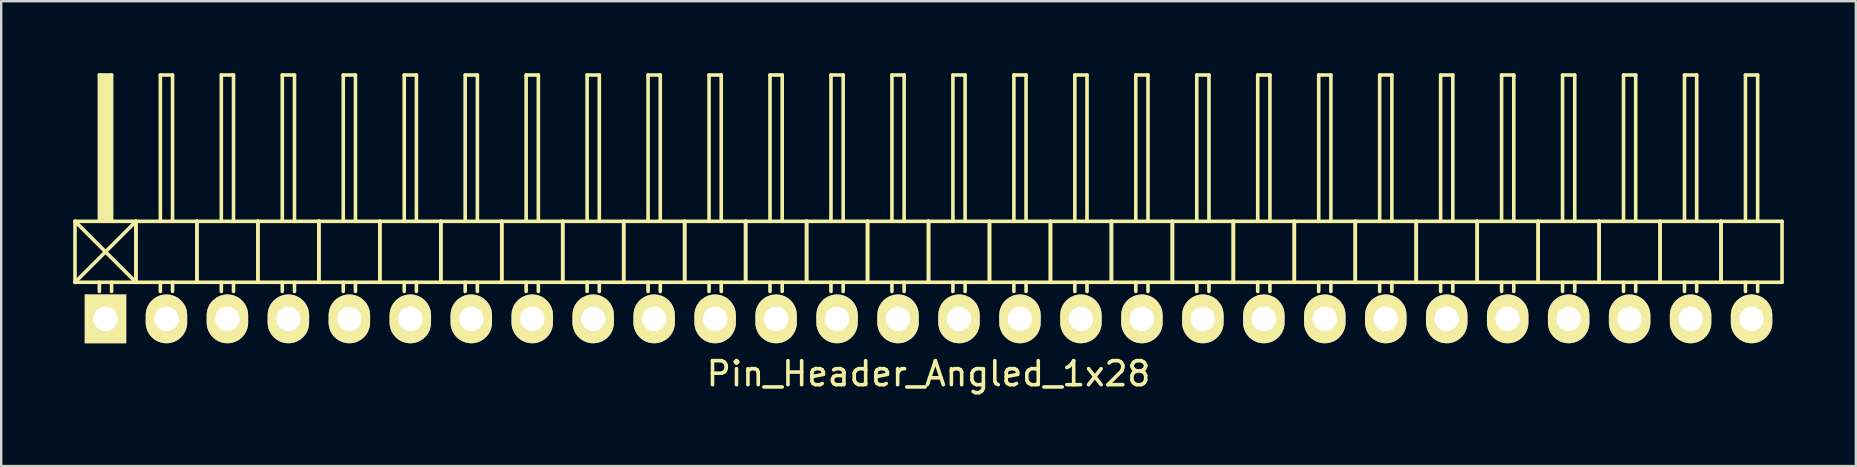
<source format=kicad_pcb>
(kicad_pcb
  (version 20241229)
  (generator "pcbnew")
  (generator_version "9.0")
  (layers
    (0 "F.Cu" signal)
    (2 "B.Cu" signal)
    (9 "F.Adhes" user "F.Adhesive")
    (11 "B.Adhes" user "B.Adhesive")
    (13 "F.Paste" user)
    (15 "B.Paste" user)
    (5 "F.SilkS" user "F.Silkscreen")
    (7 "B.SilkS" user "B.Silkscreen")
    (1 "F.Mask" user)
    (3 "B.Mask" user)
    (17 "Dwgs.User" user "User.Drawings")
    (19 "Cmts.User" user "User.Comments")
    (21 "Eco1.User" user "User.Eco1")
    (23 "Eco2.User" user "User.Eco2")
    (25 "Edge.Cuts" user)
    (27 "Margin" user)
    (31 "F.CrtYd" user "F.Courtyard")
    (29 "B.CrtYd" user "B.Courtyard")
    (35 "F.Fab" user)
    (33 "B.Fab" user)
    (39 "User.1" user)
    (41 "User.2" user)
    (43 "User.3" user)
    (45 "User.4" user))
  (footprint "Pin_Header_Angled_1x28"
    (layer "F.Cu")
    (at 35.635 10.235)
    (property "Reference" "Pin_Header_Angled_1x28" (at 0 2.286 0) (layer "F.SilkS") (effects (font (size 1 1) (thickness 0.15))))
    (attr through_hole)
    (fp_line (start -35.56 -4.064) (end -33.02 -1.524) (stroke (width 0.15) (type solid)) (layer "F.SilkS"))
    (fp_line (start -35.56 -1.524) (end -35.56 -4.064) (stroke (width 0.15) (type solid)) (layer "F.SilkS"))
    (fp_line (start -35.56 -1.524) (end -33.02 -1.524) (stroke (width 0.15) (type solid)) (layer "F.SilkS"))
    (fp_line (start -34.544 -10.16) (end -34.036 -10.16) (stroke (width 0.15) (type solid)) (layer "F.SilkS"))
    (fp_line (start -34.544 -4.064) (end -34.544 -10.16) (stroke (width 0.15) (type solid)) (layer "F.SilkS"))
    (fp_line (start -34.544 -1.524) (end -34.544 -1.143) (stroke (width 0.15) (type solid)) (layer "F.SilkS"))
    (fp_line (start -34.417 -10.033) (end -34.163 -10.033) (stroke (width 0.15) (type solid)) (layer "F.SilkS"))
    (fp_line (start -34.417 -4.191) (end -34.417 -10.033) (stroke (width 0.15) (type solid)) (layer "F.SilkS"))
    (fp_line (start -34.29 -4.191) (end -34.29 -10.033) (stroke (width 0.15) (type solid)) (layer "F.SilkS"))
    (fp_line (start -34.163 -10.033) (end -34.163 -4.191) (stroke (width 0.15) (type solid)) (layer "F.SilkS"))
    (fp_line (start -34.163 -4.191) (end -34.29 -4.191) (stroke (width 0.15) (type solid)) (layer "F.SilkS"))
    (fp_line (start -34.036 -10.16) (end -34.036 -4.064) (stroke (width 0.15) (type solid)) (layer "F.SilkS"))
    (fp_line (start -34.036 -1.524) (end -34.036 -1.143) (stroke (width 0.15) (type solid)) (layer "F.SilkS"))
    (fp_line (start -33.02 -4.064) (end -35.56 -4.064) (stroke (width 0.15) (type solid)) (layer "F.SilkS"))
    (fp_line (start -33.02 -4.064) (end -35.56 -1.524) (stroke (width 0.15) (type solid)) (layer "F.SilkS"))
    (fp_line (start -33.02 -1.524) (end -33.02 -4.064) (stroke (width 0.15) (type solid)) (layer "F.SilkS"))
    (fp_line (start -33.02 -1.524) (end -33.02 -4.064) (stroke (width 0.15) (type solid)) (layer "F.SilkS"))
    (fp_line (start -33.02 -1.524) (end -30.48 -1.524) (stroke (width 0.15) (type solid)) (layer "F.SilkS"))
    (fp_line (start -32.004 -10.16) (end -31.496 -10.16) (stroke (width 0.15) (type solid)) (layer "F.SilkS"))
    (fp_line (start -32.004 -4.064) (end -32.004 -10.16) (stroke (width 0.15) (type solid)) (layer "F.SilkS"))
    (fp_line (start -32.004 -1.524) (end -32.004 -1.143) (stroke (width 0.15) (type solid)) (layer "F.SilkS"))
    (fp_line (start -31.496 -10.16) (end -31.496 -4.064) (stroke (width 0.15) (type solid)) (layer "F.SilkS"))
    (fp_line (start -31.496 -1.524) (end -31.496 -1.143) (stroke (width 0.15) (type solid)) (layer "F.SilkS"))
    (fp_line (start -30.48 -4.064) (end -33.02 -4.064) (stroke (width 0.15) (type solid)) (layer "F.SilkS"))
    (fp_line (start -30.48 -1.524) (end -30.48 -4.064) (stroke (width 0.15) (type solid)) (layer "F.SilkS"))
    (fp_line (start -30.48 -1.524) (end -30.48 -4.064) (stroke (width 0.15) (type solid)) (layer "F.SilkS"))
    (fp_line (start -30.48 -1.524) (end -27.94 -1.524) (stroke (width 0.15) (type solid)) (layer "F.SilkS"))
    (fp_line (start -29.464 -10.16) (end -28.956 -10.16) (stroke (width 0.15) (type solid)) (layer "F.SilkS"))
    (fp_line (start -29.464 -4.064) (end -29.464 -10.16) (stroke (width 0.15) (type solid)) (layer "F.SilkS"))
    (fp_line (start -29.464 -1.524) (end -29.464 -1.143) (stroke (width 0.15) (type solid)) (layer "F.SilkS"))
    (fp_line (start -28.956 -10.16) (end -28.956 -4.064) (stroke (width 0.15) (type solid)) (layer "F.SilkS"))
    (fp_line (start -28.956 -1.524) (end -28.956 -1.143) (stroke (width 0.15) (type solid)) (layer "F.SilkS"))
    (fp_line (start -27.94 -4.064) (end -30.48 -4.064) (stroke (width 0.15) (type solid)) (layer "F.SilkS"))
    (fp_line (start -27.94 -1.524) (end -27.94 -4.064) (stroke (width 0.15) (type solid)) (layer "F.SilkS"))
    (fp_line (start -27.94 -1.524) (end -27.94 -4.064) (stroke (width 0.15) (type solid)) (layer "F.SilkS"))
    (fp_line (start -27.94 -1.524) (end -25.4 -1.524) (stroke (width 0.15) (type solid)) (layer "F.SilkS"))
    (fp_line (start -26.924 -10.16) (end -26.416 -10.16) (stroke (width 0.15) (type solid)) (layer "F.SilkS"))
    (fp_line (start -26.924 -4.064) (end -26.924 -10.16) (stroke (width 0.15) (type solid)) (layer "F.SilkS"))
    (fp_line (start -26.924 -1.524) (end -26.924 -1.143) (stroke (width 0.15) (type solid)) (layer "F.SilkS"))
    (fp_line (start -26.416 -10.16) (end -26.416 -4.064) (stroke (width 0.15) (type solid)) (layer "F.SilkS"))
    (fp_line (start -26.416 -1.524) (end -26.416 -1.143) (stroke (width 0.15) (type solid)) (layer "F.SilkS"))
    (fp_line (start -25.4 -4.064) (end -27.94 -4.064) (stroke (width 0.15) (type solid)) (layer "F.SilkS"))
    (fp_line (start -25.4 -1.524) (end -25.4 -4.064) (stroke (width 0.15) (type solid)) (layer "F.SilkS"))
    (fp_line (start -25.4 -1.524) (end -25.4 -4.064) (stroke (width 0.15) (type solid)) (layer "F.SilkS"))
    (fp_line (start -25.4 -1.524) (end -22.86 -1.524) (stroke (width 0.15) (type solid)) (layer "F.SilkS"))
    (fp_line (start -24.384 -10.16) (end -23.876 -10.16) (stroke (width 0.15) (type solid)) (layer "F.SilkS"))
    (fp_line (start -24.384 -4.064) (end -24.384 -10.16) (stroke (width 0.15) (type solid)) (layer "F.SilkS"))
    (fp_line (start -24.384 -1.524) (end -24.384 -1.143) (stroke (width 0.15) (type solid)) (layer "F.SilkS"))
    (fp_line (start -23.876 -10.16) (end -23.876 -4.064) (stroke (width 0.15) (type solid)) (layer "F.SilkS"))
    (fp_line (start -23.876 -1.524) (end -23.876 -1.143) (stroke (width 0.15) (type solid)) (layer "F.SilkS"))
    (fp_line (start -22.86 -4.064) (end -25.4 -4.064) (stroke (width 0.15) (type solid)) (layer "F.SilkS"))
    (fp_line (start -22.86 -1.524) (end -22.86 -4.064) (stroke (width 0.15) (type solid)) (layer "F.SilkS"))
    (fp_line (start -22.86 -1.524) (end -22.86 -4.064) (stroke (width 0.15) (type solid)) (layer "F.SilkS"))
    (fp_line (start -22.86 -1.524) (end -20.32 -1.524) (stroke (width 0.15) (type solid)) (layer "F.SilkS"))
    (fp_line (start -21.844 -10.16) (end -21.336 -10.16) (stroke (width 0.15) (type solid)) (layer "F.SilkS"))
    (fp_line (start -21.844 -4.064) (end -21.844 -10.16) (stroke (width 0.15) (type solid)) (layer "F.SilkS"))
    (fp_line (start -21.844 -1.524) (end -21.844 -1.143) (stroke (width 0.15) (type solid)) (layer "F.SilkS"))
    (fp_line (start -21.336 -10.16) (end -21.336 -4.064) (stroke (width 0.15) (type solid)) (layer "F.SilkS"))
    (fp_line (start -21.336 -1.524) (end -21.336 -1.143) (stroke (width 0.15) (type solid)) (layer "F.SilkS"))
    (fp_line (start -20.32 -4.064) (end -22.86 -4.064) (stroke (width 0.15) (type solid)) (layer "F.SilkS"))
    (fp_line (start -20.32 -1.524) (end -20.32 -4.064) (stroke (width 0.15) (type solid)) (layer "F.SilkS"))
    (fp_line (start -20.32 -1.524) (end -20.32 -4.064) (stroke (width 0.15) (type solid)) (layer "F.SilkS"))
    (fp_line (start -20.32 -1.524) (end -17.78 -1.524) (stroke (width 0.15) (type solid)) (layer "F.SilkS"))
    (fp_line (start -19.304 -10.16) (end -18.796 -10.16) (stroke (width 0.15) (type solid)) (layer "F.SilkS"))
    (fp_line (start -19.304 -4.064) (end -19.304 -10.16) (stroke (width 0.15) (type solid)) (layer "F.SilkS"))
    (fp_line (start -19.304 -1.524) (end -19.304 -1.143) (stroke (width 0.15) (type solid)) (layer "F.SilkS"))
    (fp_line (start -18.796 -10.16) (end -18.796 -4.064) (stroke (width 0.15) (type solid)) (layer "F.SilkS"))
    (fp_line (start -18.796 -1.524) (end -18.796 -1.143) (stroke (width 0.15) (type solid)) (layer "F.SilkS"))
    (fp_line (start -17.78 -4.064) (end -20.32 -4.064) (stroke (width 0.15) (type solid)) (layer "F.SilkS"))
    (fp_line (start -17.78 -1.524) (end -17.78 -4.064) (stroke (width 0.15) (type solid)) (layer "F.SilkS"))
    (fp_line (start -17.78 -1.524) (end -17.78 -4.064) (stroke (width 0.15) (type solid)) (layer "F.SilkS"))
    (fp_line (start -17.78 -1.524) (end -15.24 -1.524) (stroke (width 0.15) (type solid)) (layer "F.SilkS"))
    (fp_line (start -16.764 -10.16) (end -16.256 -10.16) (stroke (width 0.15) (type solid)) (layer "F.SilkS"))
    (fp_line (start -16.764 -4.064) (end -16.764 -10.16) (stroke (width 0.15) (type solid)) (layer "F.SilkS"))
    (fp_line (start -16.764 -1.524) (end -16.764 -1.143) (stroke (width 0.15) (type solid)) (layer "F.SilkS"))
    (fp_line (start -16.256 -10.16) (end -16.256 -4.064) (stroke (width 0.15) (type solid)) (layer "F.SilkS"))
    (fp_line (start -16.256 -1.524) (end -16.256 -1.143) (stroke (width 0.15) (type solid)) (layer "F.SilkS"))
    (fp_line (start -15.24 -4.064) (end -17.78 -4.064) (stroke (width 0.15) (type solid)) (layer "F.SilkS"))
    (fp_line (start -15.24 -1.524) (end -15.24 -4.064) (stroke (width 0.15) (type solid)) (layer "F.SilkS"))
    (fp_line (start -15.24 -1.524) (end -15.24 -4.064) (stroke (width 0.15) (type solid)) (layer "F.SilkS"))
    (fp_line (start -15.24 -1.524) (end -12.7 -1.524) (stroke (width 0.15) (type solid)) (layer "F.SilkS"))
    (fp_line (start -14.224 -10.16) (end -13.716 -10.16) (stroke (width 0.15) (type solid)) (layer "F.SilkS"))
    (fp_line (start -14.224 -4.064) (end -14.224 -10.16) (stroke (width 0.15) (type solid)) (layer "F.SilkS"))
    (fp_line (start -14.224 -1.524) (end -14.224 -1.143) (stroke (width 0.15) (type solid)) (layer "F.SilkS"))
    (fp_line (start -13.716 -10.16) (end -13.716 -4.064) (stroke (width 0.15) (type solid)) (layer "F.SilkS"))
    (fp_line (start -13.716 -1.524) (end -13.716 -1.143) (stroke (width 0.15) (type solid)) (layer "F.SilkS"))
    (fp_line (start -12.7 -4.064) (end -15.24 -4.064) (stroke (width 0.15) (type solid)) (layer "F.SilkS"))
    (fp_line (start -12.7 -1.524) (end -12.7 -4.064) (stroke (width 0.15) (type solid)) (layer "F.SilkS"))
    (fp_line (start -12.7 -1.524) (end -12.7 -4.064) (stroke (width 0.15) (type solid)) (layer "F.SilkS"))
    (fp_line (start -12.7 -1.524) (end -10.16 -1.524) (stroke (width 0.15) (type solid)) (layer "F.SilkS"))
    (fp_line (start -11.684 -10.16) (end -11.176 -10.16) (stroke (width 0.15) (type solid)) (layer "F.SilkS"))
    (fp_line (start -11.684 -4.064) (end -11.684 -10.16) (stroke (width 0.15) (type solid)) (layer "F.SilkS"))
    (fp_line (start -11.684 -1.524) (end -11.684 -1.143) (stroke (width 0.15) (type solid)) (layer "F.SilkS"))
    (fp_line (start -11.176 -10.16) (end -11.176 -4.064) (stroke (width 0.15) (type solid)) (layer "F.SilkS"))
    (fp_line (start -11.176 -1.524) (end -11.176 -1.143) (stroke (width 0.15) (type solid)) (layer "F.SilkS"))
    (fp_line (start -10.16 -4.064) (end -12.7 -4.064) (stroke (width 0.15) (type solid)) (layer "F.SilkS"))
    (fp_line (start -10.16 -1.524) (end -10.16 -4.064) (stroke (width 0.15) (type solid)) (layer "F.SilkS"))
    (fp_line (start -10.16 -1.524) (end -10.16 -4.064) (stroke (width 0.15) (type solid)) (layer "F.SilkS"))
    (fp_line (start -10.16 -1.524) (end -7.62 -1.524) (stroke (width 0.15) (type solid)) (layer "F.SilkS"))
    (fp_line (start -9.144 -10.16) (end -8.636 -10.16) (stroke (width 0.15) (type solid)) (layer "F.SilkS"))
    (fp_line (start -9.144 -4.064) (end -9.144 -10.16) (stroke (width 0.15) (type solid)) (layer "F.SilkS"))
    (fp_line (start -9.144 -1.524) (end -9.144 -1.143) (stroke (width 0.15) (type solid)) (layer "F.SilkS"))
    (fp_line (start -8.636 -10.16) (end -8.636 -4.064) (stroke (width 0.15) (type solid)) (layer "F.SilkS"))
    (fp_line (start -8.636 -1.524) (end -8.636 -1.143) (stroke (width 0.15) (type solid)) (layer "F.SilkS"))
    (fp_line (start -7.62 -4.064) (end -10.16 -4.064) (stroke (width 0.15) (type solid)) (layer "F.SilkS"))
    (fp_line (start -7.62 -1.524) (end -7.62 -4.064) (stroke (width 0.15) (type solid)) (layer "F.SilkS"))
    (fp_line (start -7.62 -1.524) (end -7.62 -4.064) (stroke (width 0.15) (type solid)) (layer "F.SilkS"))
    (fp_line (start -7.62 -1.524) (end -5.08 -1.524) (stroke (width 0.15) (type solid)) (layer "F.SilkS"))
    (fp_line (start -6.604 -10.16) (end -6.096 -10.16) (stroke (width 0.15) (type solid)) (layer "F.SilkS"))
    (fp_line (start -6.604 -4.064) (end -6.604 -10.16) (stroke (width 0.15) (type solid)) (layer "F.SilkS"))
    (fp_line (start -6.604 -1.524) (end -6.604 -1.143) (stroke (width 0.15) (type solid)) (layer "F.SilkS"))
    (fp_line (start -6.096 -10.16) (end -6.096 -4.064) (stroke (width 0.15) (type solid)) (layer "F.SilkS"))
    (fp_line (start -6.096 -1.524) (end -6.096 -1.143) (stroke (width 0.15) (type solid)) (layer "F.SilkS"))
    (fp_line (start -5.08 -4.064) (end -7.62 -4.064) (stroke (width 0.15) (type solid)) (layer "F.SilkS"))
    (fp_line (start -5.08 -1.524) (end -5.08 -4.064) (stroke (width 0.15) (type solid)) (layer "F.SilkS"))
    (fp_line (start -5.08 -1.524) (end -5.08 -4.064) (stroke (width 0.15) (type solid)) (layer "F.SilkS"))
    (fp_line (start -5.08 -1.524) (end -2.54 -1.524) (stroke (width 0.15) (type solid)) (layer "F.SilkS"))
    (fp_line (start -4.064 -10.16) (end -3.556 -10.16) (stroke (width 0.15) (type solid)) (layer "F.SilkS"))
    (fp_line (start -4.064 -4.064) (end -4.064 -10.16) (stroke (width 0.15) (type solid)) (layer "F.SilkS"))
    (fp_line (start -4.064 -1.524) (end -4.064 -1.143) (stroke (width 0.15) (type solid)) (layer "F.SilkS"))
    (fp_line (start -3.556 -10.16) (end -3.556 -4.064) (stroke (width 0.15) (type solid)) (layer "F.SilkS"))
    (fp_line (start -3.556 -1.524) (end -3.556 -1.143) (stroke (width 0.15) (type solid)) (layer "F.SilkS"))
    (fp_line (start -2.54 -4.064) (end -5.08 -4.064) (stroke (width 0.15) (type solid)) (layer "F.SilkS"))
    (fp_line (start -2.54 -1.524) (end -2.54 -4.064) (stroke (width 0.15) (type solid)) (layer "F.SilkS"))
    (fp_line (start -2.54 -1.524) (end -2.54 -4.064) (stroke (width 0.15) (type solid)) (layer "F.SilkS"))
    (fp_line (start -2.54 -1.524) (end 0 -1.524) (stroke (width 0.15) (type solid)) (layer "F.SilkS"))
    (fp_line (start -1.524 -10.16) (end -1.016 -10.16) (stroke (width 0.15) (type solid)) (layer "F.SilkS"))
    (fp_line (start -1.524 -4.064) (end -1.524 -10.16) (stroke (width 0.15) (type solid)) (layer "F.SilkS"))
    (fp_line (start -1.524 -1.524) (end -1.524 -1.143) (stroke (width 0.15) (type solid)) (layer "F.SilkS"))
    (fp_line (start -1.016 -10.16) (end -1.016 -4.064) (stroke (width 0.15) (type solid)) (layer "F.SilkS"))
    (fp_line (start -1.016 -1.524) (end -1.016 -1.143) (stroke (width 0.15) (type solid)) (layer "F.SilkS"))
    (fp_line (start 0 -4.064) (end -2.54 -4.064) (stroke (width 0.15) (type solid)) (layer "F.SilkS"))
    (fp_line (start 0 -1.524) (end 0 -4.064) (stroke (width 0.15) (type solid)) (layer "F.SilkS"))
    (fp_line (start 0 -1.524) (end 0 -4.064) (stroke (width 0.15) (type solid)) (layer "F.SilkS"))
    (fp_line (start 0 -1.524) (end 2.54 -1.524) (stroke (width 0.15) (type solid)) (layer "F.SilkS"))
    (fp_line (start 1.016 -10.16) (end 1.524 -10.16) (stroke (width 0.15) (type solid)) (layer "F.SilkS"))
    (fp_line (start 1.016 -4.064) (end 1.016 -10.16) (stroke (width 0.15) (type solid)) (layer "F.SilkS"))
    (fp_line (start 1.016 -1.524) (end 1.016 -1.143) (stroke (width 0.15) (type solid)) (layer "F.SilkS"))
    (fp_line (start 1.524 -10.16) (end 1.524 -4.064) (stroke (width 0.15) (type solid)) (layer "F.SilkS"))
    (fp_line (start 1.524 -1.524) (end 1.524 -1.143) (stroke (width 0.15) (type solid)) (layer "F.SilkS"))
    (fp_line (start 2.54 -4.064) (end 0 -4.064) (stroke (width 0.15) (type solid)) (layer "F.SilkS"))
    (fp_line (start 2.54 -1.524) (end 2.54 -4.064) (stroke (width 0.15) (type solid)) (layer "F.SilkS"))
    (fp_line (start 2.54 -1.524) (end 2.54 -4.064) (stroke (width 0.15) (type solid)) (layer "F.SilkS"))
    (fp_line (start 2.54 -1.524) (end 5.08 -1.524) (stroke (width 0.15) (type solid)) (layer "F.SilkS"))
    (fp_line (start 3.556 -10.16) (end 4.064 -10.16) (stroke (width 0.15) (type solid)) (layer "F.SilkS"))
    (fp_line (start 3.556 -4.064) (end 3.556 -10.16) (stroke (width 0.15) (type solid)) (layer "F.SilkS"))
    (fp_line (start 3.556 -1.524) (end 3.556 -1.143) (stroke (width 0.15) (type solid)) (layer "F.SilkS"))
    (fp_line (start 4.064 -10.16) (end 4.064 -4.064) (stroke (width 0.15) (type solid)) (layer "F.SilkS"))
    (fp_line (start 4.064 -1.524) (end 4.064 -1.143) (stroke (width 0.15) (type solid)) (layer "F.SilkS"))
    (fp_line (start 5.08 -4.064) (end 2.54 -4.064) (stroke (width 0.15) (type solid)) (layer "F.SilkS"))
    (fp_line (start 5.08 -1.524) (end 5.08 -4.064) (stroke (width 0.15) (type solid)) (layer "F.SilkS"))
    (fp_line (start 5.08 -1.524) (end 5.08 -4.064) (stroke (width 0.15) (type solid)) (layer "F.SilkS"))
    (fp_line (start 5.08 -1.524) (end 7.62 -1.524) (stroke (width 0.15) (type solid)) (layer "F.SilkS"))
    (fp_line (start 6.096 -10.16) (end 6.604 -10.16) (stroke (width 0.15) (type solid)) (layer "F.SilkS"))
    (fp_line (start 6.096 -4.064) (end 6.096 -10.16) (stroke (width 0.15) (type solid)) (layer "F.SilkS"))
    (fp_line (start 6.096 -1.524) (end 6.096 -1.143) (stroke (width 0.15) (type solid)) (layer "F.SilkS"))
    (fp_line (start 6.604 -10.16) (end 6.604 -4.064) (stroke (width 0.15) (type solid)) (layer "F.SilkS"))
    (fp_line (start 6.604 -1.524) (end 6.604 -1.143) (stroke (width 0.15) (type solid)) (layer "F.SilkS"))
    (fp_line (start 7.62 -4.064) (end 5.08 -4.064) (stroke (width 0.15) (type solid)) (layer "F.SilkS"))
    (fp_line (start 7.62 -1.524) (end 7.62 -4.064) (stroke (width 0.15) (type solid)) (layer "F.SilkS"))
    (fp_line (start 7.62 -1.524) (end 7.62 -4.064) (stroke (width 0.15) (type solid)) (layer "F.SilkS"))
    (fp_line (start 7.62 -1.524) (end 10.16 -1.524) (stroke (width 0.15) (type solid)) (layer "F.SilkS"))
    (fp_line (start 8.636 -10.16) (end 9.144 -10.16) (stroke (width 0.15) (type solid)) (layer "F.SilkS"))
    (fp_line (start 8.636 -4.064) (end 8.636 -10.16) (stroke (width 0.15) (type solid)) (layer "F.SilkS"))
    (fp_line (start 8.636 -1.524) (end 8.636 -1.143) (stroke (width 0.15) (type solid)) (layer "F.SilkS"))
    (fp_line (start 9.144 -10.16) (end 9.144 -4.064) (stroke (width 0.15) (type solid)) (layer "F.SilkS"))
    (fp_line (start 9.144 -1.524) (end 9.144 -1.143) (stroke (width 0.15) (type solid)) (layer "F.SilkS"))
    (fp_line (start 10.16 -4.064) (end 7.62 -4.064) (stroke (width 0.15) (type solid)) (layer "F.SilkS"))
    (fp_line (start 10.16 -1.524) (end 10.16 -4.064) (stroke (width 0.15) (type solid)) (layer "F.SilkS"))
    (fp_line (start 10.16 -1.524) (end 10.16 -4.064) (stroke (width 0.15) (type solid)) (layer "F.SilkS"))
    (fp_line (start 10.16 -1.524) (end 12.7 -1.524) (stroke (width 0.15) (type solid)) (layer "F.SilkS"))
    (fp_line (start 11.176 -10.16) (end 11.684 -10.16) (stroke (width 0.15) (type solid)) (layer "F.SilkS"))
    (fp_line (start 11.176 -4.064) (end 11.176 -10.16) (stroke (width 0.15) (type solid)) (layer "F.SilkS"))
    (fp_line (start 11.176 -1.524) (end 11.176 -1.143) (stroke (width 0.15) (type solid)) (layer "F.SilkS"))
    (fp_line (start 11.684 -10.16) (end 11.684 -4.064) (stroke (width 0.15) (type solid)) (layer "F.SilkS"))
    (fp_line (start 11.684 -1.524) (end 11.684 -1.143) (stroke (width 0.15) (type solid)) (layer "F.SilkS"))
    (fp_line (start 12.7 -4.064) (end 10.16 -4.064) (stroke (width 0.15) (type solid)) (layer "F.SilkS"))
    (fp_line (start 12.7 -1.524) (end 12.7 -4.064) (stroke (width 0.15) (type solid)) (layer "F.SilkS"))
    (fp_line (start 12.7 -1.524) (end 12.7 -4.064) (stroke (width 0.15) (type solid)) (layer "F.SilkS"))
    (fp_line (start 12.7 -1.524) (end 15.24 -1.524) (stroke (width 0.15) (type solid)) (layer "F.SilkS"))
    (fp_line (start 13.716 -10.16) (end 14.224 -10.16) (stroke (width 0.15) (type solid)) (layer "F.SilkS"))
    (fp_line (start 13.716 -4.064) (end 13.716 -10.16) (stroke (width 0.15) (type solid)) (layer "F.SilkS"))
    (fp_line (start 13.716 -1.524) (end 13.716 -1.143) (stroke (width 0.15) (type solid)) (layer "F.SilkS"))
    (fp_line (start 14.224 -10.16) (end 14.224 -4.064) (stroke (width 0.15) (type solid)) (layer "F.SilkS"))
    (fp_line (start 14.224 -1.524) (end 14.224 -1.143) (stroke (width 0.15) (type solid)) (layer "F.SilkS"))
    (fp_line (start 15.24 -4.064) (end 12.7 -4.064) (stroke (width 0.15) (type solid)) (layer "F.SilkS"))
    (fp_line (start 15.24 -1.524) (end 15.24 -4.064) (stroke (width 0.15) (type solid)) (layer "F.SilkS"))
    (fp_line (start 15.24 -1.524) (end 15.24 -4.064) (stroke (width 0.15) (type solid)) (layer "F.SilkS"))
    (fp_line (start 15.24 -1.524) (end 17.78 -1.524) (stroke (width 0.15) (type solid)) (layer "F.SilkS"))
    (fp_line (start 16.256 -10.16) (end 16.764 -10.16) (stroke (width 0.15) (type solid)) (layer "F.SilkS"))
    (fp_line (start 16.256 -4.064) (end 16.256 -10.16) (stroke (width 0.15) (type solid)) (layer "F.SilkS"))
    (fp_line (start 16.256 -1.524) (end 16.256 -1.143) (stroke (width 0.15) (type solid)) (layer "F.SilkS"))
    (fp_line (start 16.764 -10.16) (end 16.764 -4.064) (stroke (width 0.15) (type solid)) (layer "F.SilkS"))
    (fp_line (start 16.764 -1.524) (end 16.764 -1.143) (stroke (width 0.15) (type solid)) (layer "F.SilkS"))
    (fp_line (start 17.78 -4.064) (end 15.24 -4.064) (stroke (width 0.15) (type solid)) (layer "F.SilkS"))
    (fp_line (start 17.78 -1.524) (end 17.78 -4.064) (stroke (width 0.15) (type solid)) (layer "F.SilkS"))
    (fp_line (start 17.78 -1.524) (end 17.78 -4.064) (stroke (width 0.15) (type solid)) (layer "F.SilkS"))
    (fp_line (start 17.78 -1.524) (end 20.32 -1.524) (stroke (width 0.15) (type solid)) (layer "F.SilkS"))
    (fp_line (start 18.796 -10.16) (end 19.304 -10.16) (stroke (width 0.15) (type solid)) (layer "F.SilkS"))
    (fp_line (start 18.796 -4.064) (end 18.796 -10.16) (stroke (width 0.15) (type solid)) (layer "F.SilkS"))
    (fp_line (start 18.796 -1.524) (end 18.796 -1.143) (stroke (width 0.15) (type solid)) (layer "F.SilkS"))
    (fp_line (start 19.304 -10.16) (end 19.304 -4.064) (stroke (width 0.15) (type solid)) (layer "F.SilkS"))
    (fp_line (start 19.304 -1.524) (end 19.304 -1.143) (stroke (width 0.15) (type solid)) (layer "F.SilkS"))
    (fp_line (start 20.32 -4.064) (end 17.78 -4.064) (stroke (width 0.15) (type solid)) (layer "F.SilkS"))
    (fp_line (start 20.32 -1.524) (end 20.32 -4.064) (stroke (width 0.15) (type solid)) (layer "F.SilkS"))
    (fp_line (start 20.32 -1.524) (end 20.32 -4.064) (stroke (width 0.15) (type solid)) (layer "F.SilkS"))
    (fp_line (start 20.32 -1.524) (end 22.86 -1.524) (stroke (width 0.15) (type solid)) (layer "F.SilkS"))
    (fp_line (start 21.336 -10.16) (end 21.844 -10.16) (stroke (width 0.15) (type solid)) (layer "F.SilkS"))
    (fp_line (start 21.336 -4.064) (end 21.336 -10.16) (stroke (width 0.15) (type solid)) (layer "F.SilkS"))
    (fp_line (start 21.336 -1.524) (end 21.336 -1.143) (stroke (width 0.15) (type solid)) (layer "F.SilkS"))
    (fp_line (start 21.844 -10.16) (end 21.844 -4.064) (stroke (width 0.15) (type solid)) (layer "F.SilkS"))
    (fp_line (start 21.844 -1.524) (end 21.844 -1.143) (stroke (width 0.15) (type solid)) (layer "F.SilkS"))
    (fp_line (start 22.86 -4.064) (end 20.32 -4.064) (stroke (width 0.15) (type solid)) (layer "F.SilkS"))
    (fp_line (start 22.86 -1.524) (end 22.86 -4.064) (stroke (width 0.15) (type solid)) (layer "F.SilkS"))
    (fp_line (start 22.86 -1.524) (end 22.86 -4.064) (stroke (width 0.15) (type solid)) (layer "F.SilkS"))
    (fp_line (start 22.86 -1.524) (end 25.4 -1.524) (stroke (width 0.15) (type solid)) (layer "F.SilkS"))
    (fp_line (start 23.876 -10.16) (end 24.384 -10.16) (stroke (width 0.15) (type solid)) (layer "F.SilkS"))
    (fp_line (start 23.876 -4.064) (end 23.876 -10.16) (stroke (width 0.15) (type solid)) (layer "F.SilkS"))
    (fp_line (start 23.876 -1.524) (end 23.876 -1.143) (stroke (width 0.15) (type solid)) (layer "F.SilkS"))
    (fp_line (start 24.384 -10.16) (end 24.384 -4.064) (stroke (width 0.15) (type solid)) (layer "F.SilkS"))
    (fp_line (start 24.384 -1.524) (end 24.384 -1.143) (stroke (width 0.15) (type solid)) (layer "F.SilkS"))
    (fp_line (start 25.4 -4.064) (end 22.86 -4.064) (stroke (width 0.15) (type solid)) (layer "F.SilkS"))
    (fp_line (start 25.4 -1.524) (end 25.4 -4.064) (stroke (width 0.15) (type solid)) (layer "F.SilkS"))
    (fp_line (start 25.4 -1.524) (end 25.4 -4.064) (stroke (width 0.15) (type solid)) (layer "F.SilkS"))
    (fp_line (start 25.4 -1.524) (end 27.94 -1.524) (stroke (width 0.15) (type solid)) (layer "F.SilkS"))
    (fp_line (start 26.416 -10.16) (end 26.924 -10.16) (stroke (width 0.15) (type solid)) (layer "F.SilkS"))
    (fp_line (start 26.416 -4.064) (end 26.416 -10.16) (stroke (width 0.15) (type solid)) (layer "F.SilkS"))
    (fp_line (start 26.416 -1.524) (end 26.416 -1.143) (stroke (width 0.15) (type solid)) (layer "F.SilkS"))
    (fp_line (start 26.924 -10.16) (end 26.924 -4.064) (stroke (width 0.15) (type solid)) (layer "F.SilkS"))
    (fp_line (start 26.924 -1.524) (end 26.924 -1.143) (stroke (width 0.15) (type solid)) (layer "F.SilkS"))
    (fp_line (start 27.94 -4.064) (end 25.4 -4.064) (stroke (width 0.15) (type solid)) (layer "F.SilkS"))
    (fp_line (start 27.94 -1.524) (end 27.94 -4.064) (stroke (width 0.15) (type solid)) (layer "F.SilkS"))
    (fp_line (start 27.94 -1.524) (end 27.94 -4.064) (stroke (width 0.15) (type solid)) (layer "F.SilkS"))
    (fp_line (start 27.94 -1.524) (end 30.48 -1.524) (stroke (width 0.15) (type solid)) (layer "F.SilkS"))
    (fp_line (start 28.956 -10.16) (end 29.464 -10.16) (stroke (width 0.15) (type solid)) (layer "F.SilkS"))
    (fp_line (start 28.956 -4.064) (end 28.956 -10.16) (stroke (width 0.15) (type solid)) (layer "F.SilkS"))
    (fp_line (start 28.956 -1.524) (end 28.956 -1.143) (stroke (width 0.15) (type solid)) (layer "F.SilkS"))
    (fp_line (start 29.464 -10.16) (end 29.464 -4.064) (stroke (width 0.15) (type solid)) (layer "F.SilkS"))
    (fp_line (start 29.464 -1.524) (end 29.464 -1.143) (stroke (width 0.15) (type solid)) (layer "F.SilkS"))
    (fp_line (start 30.48 -4.064) (end 27.94 -4.064) (stroke (width 0.15) (type solid)) (layer "F.SilkS"))
    (fp_line (start 30.48 -1.524) (end 30.48 -4.064) (stroke (width 0.15) (type solid)) (layer "F.SilkS"))
    (fp_line (start 30.48 -1.524) (end 30.48 -4.064) (stroke (width 0.15) (type solid)) (layer "F.SilkS"))
    (fp_line (start 30.48 -1.524) (end 33.02 -1.524) (stroke (width 0.15) (type solid)) (layer "F.SilkS"))
    (fp_line (start 31.496 -10.16) (end 32.004 -10.16) (stroke (width 0.15) (type solid)) (layer "F.SilkS"))
    (fp_line (start 31.496 -4.064) (end 31.496 -10.16) (stroke (width 0.15) (type solid)) (layer "F.SilkS"))
    (fp_line (start 31.496 -1.524) (end 31.496 -1.143) (stroke (width 0.15) (type solid)) (layer "F.SilkS"))
    (fp_line (start 32.004 -10.16) (end 32.004 -4.064) (stroke (width 0.15) (type solid)) (layer "F.SilkS"))
    (fp_line (start 32.004 -1.524) (end 32.004 -1.143) (stroke (width 0.15) (type solid)) (layer "F.SilkS"))
    (fp_line (start 33.02 -4.064) (end 30.48 -4.064) (stroke (width 0.15) (type solid)) (layer "F.SilkS"))
    (fp_line (start 33.02 -1.524) (end 33.02 -4.064) (stroke (width 0.15) (type solid)) (layer "F.SilkS"))
    (fp_line (start 33.02 -1.524) (end 33.02 -4.064) (stroke (width 0.15) (type solid)) (layer "F.SilkS"))
    (fp_line (start 33.02 -1.524) (end 35.56 -1.524) (stroke (width 0.15) (type solid)) (layer "F.SilkS"))
    (fp_line (start 34.036 -10.16) (end 34.544 -10.16) (stroke (width 0.15) (type solid)) (layer "F.SilkS"))
    (fp_line (start 34.036 -4.064) (end 34.036 -10.16) (stroke (width 0.15) (type solid)) (layer "F.SilkS"))
    (fp_line (start 34.036 -1.524) (end 34.036 -1.143) (stroke (width 0.15) (type solid)) (layer "F.SilkS"))
    (fp_line (start 34.544 -10.16) (end 34.544 -4.064) (stroke (width 0.15) (type solid)) (layer "F.SilkS"))
    (fp_line (start 34.544 -1.524) (end 34.544 -1.143) (stroke (width 0.15) (type solid)) (layer "F.SilkS"))
    (fp_line (start 35.56 -4.064) (end 33.02 -4.064) (stroke (width 0.15) (type solid)) (layer "F.SilkS"))
    (fp_line (start 35.56 -1.524) (end 35.56 -4.064) (stroke (width 0.15) (type solid)) (layer "F.SilkS"))
    (pad "1" thru_hole rect (at -34.29 0) (size 1.727 2.032) (drill 1.016) (layers "*.Cu" "*.Mask" "F.SilkS"))
    (pad "2" thru_hole oval (at -31.75 0) (size 1.727 2.032) (drill 1.016) (layers "*.Cu" "*.Mask" "F.SilkS"))
    (pad "3" thru_hole oval (at -29.21 0) (size 1.727 2.032) (drill 1.016) (layers "*.Cu" "*.Mask" "F.SilkS"))
    (pad "4" thru_hole oval (at -26.67 0) (size 1.727 2.032) (drill 1.016) (layers "*.Cu" "*.Mask" "F.SilkS"))
    (pad "5" thru_hole oval (at -24.13 0) (size 1.727 2.032) (drill 1.016) (layers "*.Cu" "*.Mask" "F.SilkS"))
    (pad "6" thru_hole oval (at -21.59 0) (size 1.727 2.032) (drill 1.016) (layers "*.Cu" "*.Mask" "F.SilkS"))
    (pad "7" thru_hole oval (at -19.05 0) (size 1.727 2.032) (drill 1.016) (layers "*.Cu" "*.Mask" "F.SilkS"))
    (pad "8" thru_hole oval (at -16.51 0) (size 1.727 2.032) (drill 1.016) (layers "*.Cu" "*.Mask" "F.SilkS"))
    (pad "9" thru_hole oval (at -13.97 0) (size 1.727 2.032) (drill 1.016) (layers "*.Cu" "*.Mask" "F.SilkS"))
    (pad "10" thru_hole oval (at -11.43 0) (size 1.727 2.032) (drill 1.016) (layers "*.Cu" "*.Mask" "F.SilkS"))
    (pad "11" thru_hole oval (at -8.89 0) (size 1.727 2.032) (drill 1.016) (layers "*.Cu" "*.Mask" "F.SilkS"))
    (pad "12" thru_hole oval (at -6.35 0) (size 1.727 2.032) (drill 1.016) (layers "*.Cu" "*.Mask" "F.SilkS"))
    (pad "13" thru_hole oval (at -3.81 0) (size 1.727 2.032) (drill 1.016) (layers "*.Cu" "*.Mask" "F.SilkS"))
    (pad "14" thru_hole oval (at -1.27 0) (size 1.727 2.032) (drill 1.016) (layers "*.Cu" "*.Mask" "F.SilkS"))
    (pad "15" thru_hole oval (at 1.27 0) (size 1.727 2.032) (drill 1.016) (layers "*.Cu" "*.Mask" "F.SilkS"))
    (pad "16" thru_hole oval (at 3.81 0) (size 1.727 2.032) (drill 1.016) (layers "*.Cu" "*.Mask" "F.SilkS"))
    (pad "17" thru_hole oval (at 6.35 0) (size 1.727 2.032) (drill 1.016) (layers "*.Cu" "*.Mask" "F.SilkS"))
    (pad "18" thru_hole oval (at 8.89 0) (size 1.727 2.032) (drill 1.016) (layers "*.Cu" "*.Mask" "F.SilkS"))
    (pad "19" thru_hole oval (at 11.43 0) (size 1.727 2.032) (drill 1.016) (layers "*.Cu" "*.Mask" "F.SilkS"))
    (pad "20" thru_hole oval (at 13.97 0) (size 1.727 2.032) (drill 1.016) (layers "*.Cu" "*.Mask" "F.SilkS"))
    (pad "21" thru_hole oval (at 16.51 0) (size 1.727 2.032) (drill 1.016) (layers "*.Cu" "*.Mask" "F.SilkS"))
    (pad "22" thru_hole oval (at 19.05 0) (size 1.727 2.032) (drill 1.016) (layers "*.Cu" "*.Mask" "F.SilkS"))
    (pad "23" thru_hole oval (at 21.59 0) (size 1.727 2.032) (drill 1.016) (layers "*.Cu" "*.Mask" "F.SilkS"))
    (pad "24" thru_hole oval (at 24.13 0) (size 1.727 2.032) (drill 1.016) (layers "*.Cu" "*.Mask" "F.SilkS"))
    (pad "25" thru_hole oval (at 26.67 0) (size 1.727 2.032) (drill 1.016) (layers "*.Cu" "*.Mask" "F.SilkS"))
    (pad "26" thru_hole oval (at 29.21 0) (size 1.727 2.032) (drill 1.016) (layers "*.Cu" "*.Mask" "F.SilkS"))
    (pad "27" thru_hole oval (at 31.75 0) (size 1.727 2.032) (drill 1.016) (layers "*.Cu" "*.Mask" "F.SilkS"))
    (pad "28" thru_hole oval (at 34.29 0) (size 1.727 2.032) (drill 1.016) (layers "*.Cu" "*.Mask" "F.SilkS")))
  (gr_rect
    (start -3 -3)
    (end 74.27 16.369)
    (stroke (width 0.1) (type default))
    (fill no)
    (layer "Edge.Cuts")))
</source>
